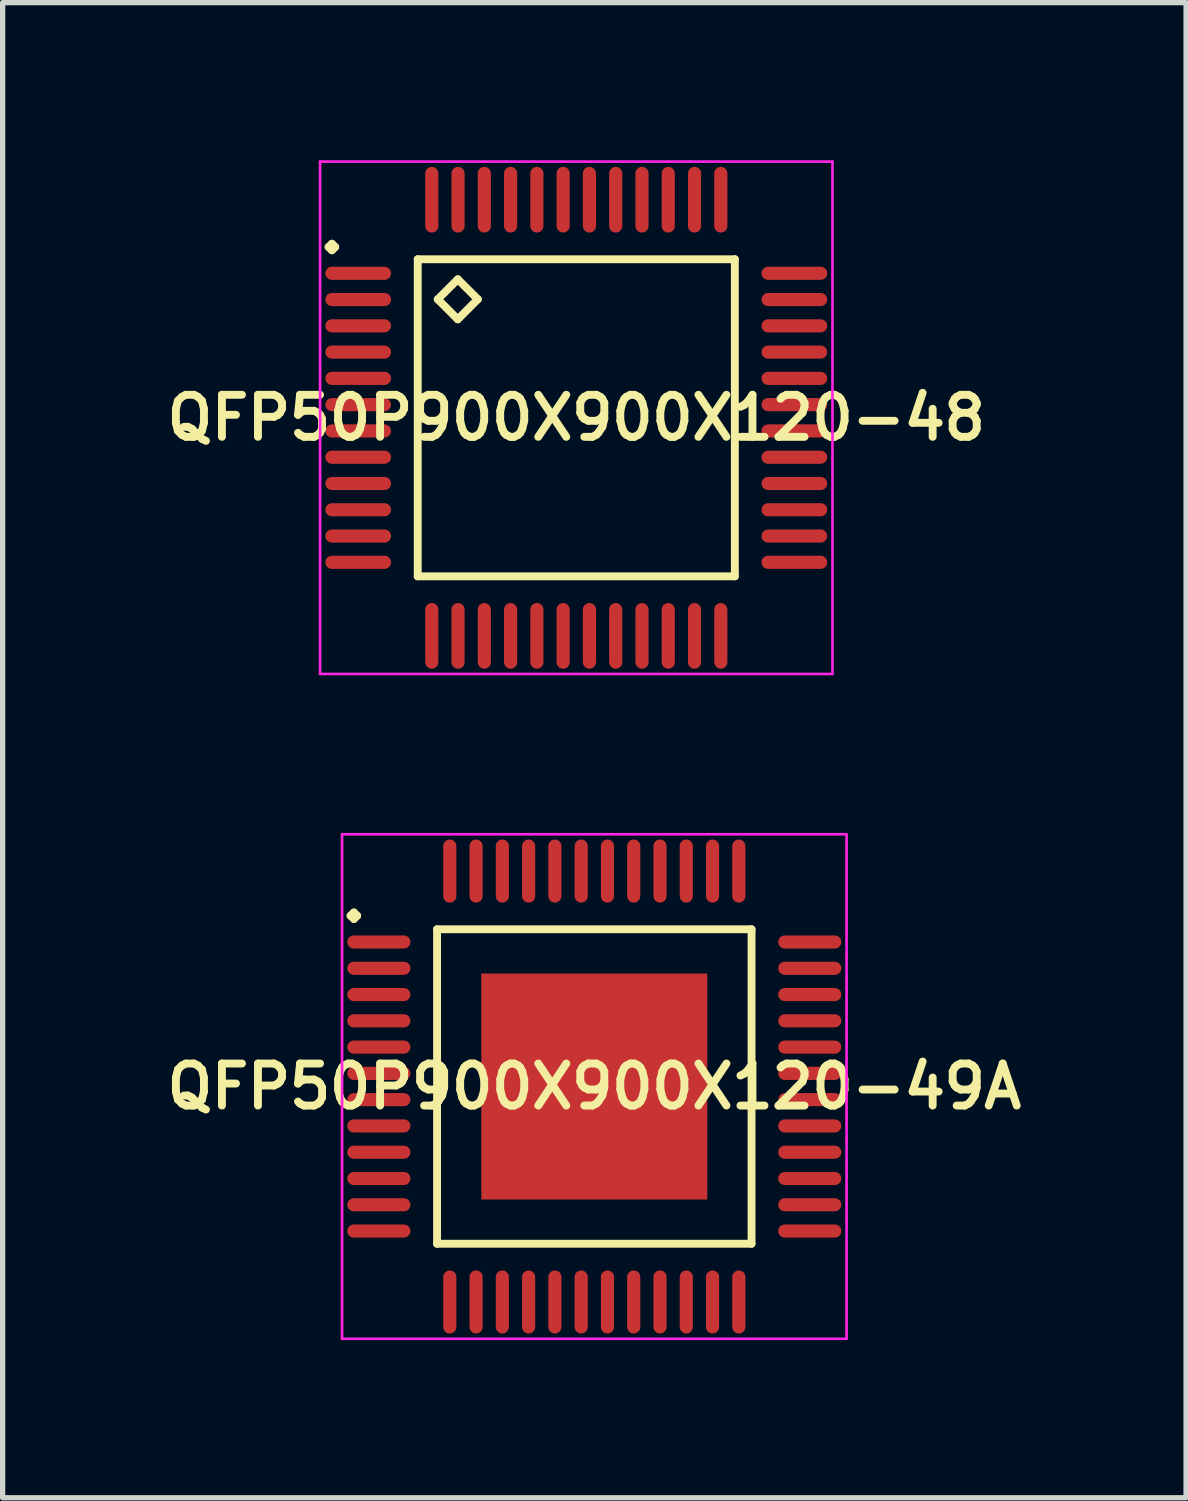
<source format=kicad_pcb>
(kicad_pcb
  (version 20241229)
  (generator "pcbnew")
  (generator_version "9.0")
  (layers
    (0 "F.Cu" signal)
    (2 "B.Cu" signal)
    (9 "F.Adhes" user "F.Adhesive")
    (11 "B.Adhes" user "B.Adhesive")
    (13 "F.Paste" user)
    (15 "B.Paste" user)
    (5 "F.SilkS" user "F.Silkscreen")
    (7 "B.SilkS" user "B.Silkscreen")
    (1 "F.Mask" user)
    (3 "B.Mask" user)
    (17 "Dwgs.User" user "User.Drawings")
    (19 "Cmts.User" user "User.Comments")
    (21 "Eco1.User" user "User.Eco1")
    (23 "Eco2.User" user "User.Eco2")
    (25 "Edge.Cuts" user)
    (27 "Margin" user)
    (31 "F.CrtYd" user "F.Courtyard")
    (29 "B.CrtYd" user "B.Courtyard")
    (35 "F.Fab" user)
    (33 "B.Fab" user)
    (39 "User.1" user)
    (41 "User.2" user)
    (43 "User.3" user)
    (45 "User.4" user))
  (footprint "QFP50P900X900X120-48"
    (layer "F.Cu")
    (at 7.916 4.9)
    (property "Reference" "QFP50P900X900X120-48" (at 0 0 0) (layer "F.SilkS") (effects (font (size 0.8 0.8) (thickness 0.15))))
    (attr smd)
    (fp_line (start -4.713 -3.25) (end -4.65 -3.312) (stroke (width 0.15) (type solid)) (layer "F.SilkS"))
    (fp_line (start -4.65 -3.312) (end -4.588 -3.25) (stroke (width 0.15) (type solid)) (layer "F.SilkS"))
    (fp_line (start -4.65 -3.188) (end -4.713 -3.25) (stroke (width 0.15) (type solid)) (layer "F.SilkS"))
    (fp_line (start -4.588 -3.25) (end -4.65 -3.188) (stroke (width 0.15) (type solid)) (layer "F.SilkS"))
    (fp_line (start -3.017 -3.017) (end -3.017 3.017) (stroke (width 0.15) (type solid)) (layer "F.SilkS"))
    (fp_line (start -3.017 3.017) (end 3.017 3.017) (stroke (width 0.15) (type solid)) (layer "F.SilkS"))
    (fp_line (start -2.636 -2.255) (end -2.255 -2.636) (stroke (width 0.15) (type solid)) (layer "F.SilkS"))
    (fp_line (start -2.255 -2.636) (end -1.874 -2.255) (stroke (width 0.15) (type solid)) (layer "F.SilkS"))
    (fp_line (start -2.255 -1.874) (end -2.636 -2.255) (stroke (width 0.15) (type solid)) (layer "F.SilkS"))
    (fp_line (start -1.874 -2.255) (end -2.255 -1.874) (stroke (width 0.15) (type solid)) (layer "F.SilkS"))
    (fp_line (start 3.017 -3.017) (end -3.017 -3.017) (stroke (width 0.15) (type solid)) (layer "F.SilkS"))
    (fp_line (start 3.017 3.017) (end 3.017 -3.017) (stroke (width 0.15) (type solid)) (layer "F.SilkS"))
    (fp_line (start -4.875 -4.875) (end 4.875 -4.875) (stroke (width 0.05) (type solid)) (layer "F.CrtYd"))
    (fp_line (start -4.875 4.875) (end -4.875 -4.875) (stroke (width 0.05) (type solid)) (layer "F.CrtYd"))
    (fp_line (start 4.875 -4.875) (end 4.875 4.875) (stroke (width 0.05) (type solid)) (layer "F.CrtYd"))
    (fp_line (start 4.875 4.875) (end -4.875 4.875) (stroke (width 0.05) (type solid)) (layer "F.CrtYd"))
    (pad "1" smd oval (at -4.15 -2.75) (size 1.25 0.25) (layers "F.Cu" "F.Mask" "F.Paste"))
    (pad "2" smd oval (at -4.15 -2.25) (size 1.25 0.25) (layers "F.Cu" "F.Mask" "F.Paste"))
    (pad "3" smd oval (at -4.15 -1.75) (size 1.25 0.25) (layers "F.Cu" "F.Mask" "F.Paste"))
    (pad "4" smd oval (at -4.15 -1.25) (size 1.25 0.25) (layers "F.Cu" "F.Mask" "F.Paste"))
    (pad "5" smd oval (at -4.15 -0.75) (size 1.25 0.25) (layers "F.Cu" "F.Mask" "F.Paste"))
    (pad "6" smd oval (at -4.15 -0.25) (size 1.25 0.25) (layers "F.Cu" "F.Mask" "F.Paste"))
    (pad "7" smd oval (at -4.15 0.25) (size 1.25 0.25) (layers "F.Cu" "F.Mask" "F.Paste"))
    (pad "8" smd oval (at -4.15 0.75) (size 1.25 0.25) (layers "F.Cu" "F.Mask" "F.Paste"))
    (pad "9" smd oval (at -4.15 1.25) (size 1.25 0.25) (layers "F.Cu" "F.Mask" "F.Paste"))
    (pad "10" smd oval (at -4.15 1.75) (size 1.25 0.25) (layers "F.Cu" "F.Mask" "F.Paste"))
    (pad "11" smd oval (at -4.15 2.25) (size 1.25 0.25) (layers "F.Cu" "F.Mask" "F.Paste"))
    (pad "12" smd oval (at -4.15 2.75) (size 1.25 0.25) (layers "F.Cu" "F.Mask" "F.Paste"))
    (pad "13" smd oval (at -2.75 4.15) (size 0.25 1.25) (layers "F.Cu" "F.Mask" "F.Paste"))
    (pad "14" smd oval (at -2.25 4.15) (size 0.25 1.25) (layers "F.Cu" "F.Mask" "F.Paste"))
    (pad "15" smd oval (at -1.75 4.15) (size 0.25 1.25) (layers "F.Cu" "F.Mask" "F.Paste"))
    (pad "16" smd oval (at -1.25 4.15) (size 0.25 1.25) (layers "F.Cu" "F.Mask" "F.Paste"))
    (pad "17" smd oval (at -0.75 4.15) (size 0.25 1.25) (layers "F.Cu" "F.Mask" "F.Paste"))
    (pad "18" smd oval (at -0.25 4.15) (size 0.25 1.25) (layers "F.Cu" "F.Mask" "F.Paste"))
    (pad "19" smd oval (at 0.25 4.15) (size 0.25 1.25) (layers "F.Cu" "F.Mask" "F.Paste"))
    (pad "20" smd oval (at 0.75 4.15) (size 0.25 1.25) (layers "F.Cu" "F.Mask" "F.Paste"))
    (pad "21" smd oval (at 1.25 4.15) (size 0.25 1.25) (layers "F.Cu" "F.Mask" "F.Paste"))
    (pad "22" smd oval (at 1.75 4.15) (size 0.25 1.25) (layers "F.Cu" "F.Mask" "F.Paste"))
    (pad "23" smd oval (at 2.25 4.15) (size 0.25 1.25) (layers "F.Cu" "F.Mask" "F.Paste"))
    (pad "24" smd oval (at 2.75 4.15) (size 0.25 1.25) (layers "F.Cu" "F.Mask" "F.Paste"))
    (pad "25" smd oval (at 4.15 2.75) (size 1.25 0.25) (layers "F.Cu" "F.Mask" "F.Paste"))
    (pad "26" smd oval (at 4.15 2.25) (size 1.25 0.25) (layers "F.Cu" "F.Mask" "F.Paste"))
    (pad "27" smd oval (at 4.15 1.75) (size 1.25 0.25) (layers "F.Cu" "F.Mask" "F.Paste"))
    (pad "28" smd oval (at 4.15 1.25) (size 1.25 0.25) (layers "F.Cu" "F.Mask" "F.Paste"))
    (pad "29" smd oval (at 4.15 0.75) (size 1.25 0.25) (layers "F.Cu" "F.Mask" "F.Paste"))
    (pad "30" smd oval (at 4.15 0.25) (size 1.25 0.25) (layers "F.Cu" "F.Mask" "F.Paste"))
    (pad "31" smd oval (at 4.15 -0.25) (size 1.25 0.25) (layers "F.Cu" "F.Mask" "F.Paste"))
    (pad "32" smd oval (at 4.15 -0.75) (size 1.25 0.25) (layers "F.Cu" "F.Mask" "F.Paste"))
    (pad "33" smd oval (at 4.15 -1.25) (size 1.25 0.25) (layers "F.Cu" "F.Mask" "F.Paste"))
    (pad "34" smd oval (at 4.15 -1.75) (size 1.25 0.25) (layers "F.Cu" "F.Mask" "F.Paste"))
    (pad "35" smd oval (at 4.15 -2.25) (size 1.25 0.25) (layers "F.Cu" "F.Mask" "F.Paste"))
    (pad "36" smd oval (at 4.15 -2.75) (size 1.25 0.25) (layers "F.Cu" "F.Mask" "F.Paste"))
    (pad "37" smd oval (at 2.75 -4.15) (size 0.25 1.25) (layers "F.Cu" "F.Mask" "F.Paste"))
    (pad "38" smd oval (at 2.25 -4.15) (size 0.25 1.25) (layers "F.Cu" "F.Mask" "F.Paste"))
    (pad "39" smd oval (at 1.75 -4.15) (size 0.25 1.25) (layers "F.Cu" "F.Mask" "F.Paste"))
    (pad "40" smd oval (at 1.25 -4.15) (size 0.25 1.25) (layers "F.Cu" "F.Mask" "F.Paste"))
    (pad "41" smd oval (at 0.75 -4.15) (size 0.25 1.25) (layers "F.Cu" "F.Mask" "F.Paste"))
    (pad "42" smd oval (at 0.25 -4.15) (size 0.25 1.25) (layers "F.Cu" "F.Mask" "F.Paste"))
    (pad "43" smd oval (at -0.25 -4.15) (size 0.25 1.25) (layers "F.Cu" "F.Mask" "F.Paste"))
    (pad "44" smd oval (at -0.75 -4.15) (size 0.25 1.25) (layers "F.Cu" "F.Mask" "F.Paste"))
    (pad "45" smd oval (at -1.25 -4.15) (size 0.25 1.25) (layers "F.Cu" "F.Mask" "F.Paste"))
    (pad "46" smd oval (at -1.75 -4.15) (size 0.25 1.25) (layers "F.Cu" "F.Mask" "F.Paste"))
    (pad "47" smd oval (at -2.25 -4.15) (size 0.25 1.25) (layers "F.Cu" "F.Mask" "F.Paste"))
    (pad "48" smd oval (at -2.75 -4.15) (size 0.25 1.25) (layers "F.Cu" "F.Mask" "F.Paste")))
  (footprint "QFP50P900X900X120-49A"
    (layer "F.Cu")
    (at 8.259 17.625)
    (property "Reference" "QFP50P900X900X120-49A" (at 0 0 0) (layer "F.SilkS") (effects (font (size 0.8 0.8) (thickness 0.15))))
    (attr smd)
    (fp_line (start -4.638 -3.25) (end -4.575 -3.312) (stroke (width 0.15) (type solid)) (layer "F.SilkS"))
    (fp_line (start -4.575 -3.312) (end -4.513 -3.25) (stroke (width 0.15) (type solid)) (layer "F.SilkS"))
    (fp_line (start -4.575 -3.188) (end -4.638 -3.25) (stroke (width 0.15) (type solid)) (layer "F.SilkS"))
    (fp_line (start -4.513 -3.25) (end -4.575 -3.188) (stroke (width 0.15) (type solid)) (layer "F.SilkS"))
    (fp_line (start -2.992 -2.992) (end -2.992 2.992) (stroke (width 0.15) (type solid)) (layer "F.SilkS"))
    (fp_line (start -2.992 2.992) (end 2.992 2.992) (stroke (width 0.15) (type solid)) (layer "F.SilkS"))
    (fp_line (start 2.992 -2.992) (end -2.992 -2.992) (stroke (width 0.15) (type solid)) (layer "F.SilkS"))
    (fp_line (start 2.992 2.992) (end 2.992 -2.992) (stroke (width 0.15) (type solid)) (layer "F.SilkS"))
    (fp_line (start -4.8 -4.8) (end 4.8 -4.8) (stroke (width 0.05) (type solid)) (layer "F.CrtYd"))
    (fp_line (start -4.8 4.8) (end -4.8 -4.8) (stroke (width 0.05) (type solid)) (layer "F.CrtYd"))
    (fp_line (start 4.8 -4.8) (end 4.8 4.8) (stroke (width 0.05) (type solid)) (layer "F.CrtYd"))
    (fp_line (start 4.8 4.8) (end -4.8 4.8) (stroke (width 0.05) (type solid)) (layer "F.CrtYd"))
    (pad "1" smd oval (at -4.1 -2.75) (size 1.2 0.25) (layers "F.Cu" "F.Mask" "F.Paste"))
    (pad "2" smd oval (at -4.1 -2.25) (size 1.2 0.25) (layers "F.Cu" "F.Mask" "F.Paste"))
    (pad "3" smd oval (at -4.1 -1.75) (size 1.2 0.25) (layers "F.Cu" "F.Mask" "F.Paste"))
    (pad "4" smd oval (at -4.1 -1.25) (size 1.2 0.25) (layers "F.Cu" "F.Mask" "F.Paste"))
    (pad "5" smd oval (at -4.1 -0.75) (size 1.2 0.25) (layers "F.Cu" "F.Mask" "F.Paste"))
    (pad "6" smd oval (at -4.1 -0.25) (size 1.2 0.25) (layers "F.Cu" "F.Mask" "F.Paste"))
    (pad "7" smd oval (at -4.1 0.25) (size 1.2 0.25) (layers "F.Cu" "F.Mask" "F.Paste"))
    (pad "8" smd oval (at -4.1 0.75) (size 1.2 0.25) (layers "F.Cu" "F.Mask" "F.Paste"))
    (pad "9" smd oval (at -4.1 1.25) (size 1.2 0.25) (layers "F.Cu" "F.Mask" "F.Paste"))
    (pad "10" smd oval (at -4.1 1.75) (size 1.2 0.25) (layers "F.Cu" "F.Mask" "F.Paste"))
    (pad "11" smd oval (at -4.1 2.25) (size 1.2 0.25) (layers "F.Cu" "F.Mask" "F.Paste"))
    (pad "12" smd oval (at -4.1 2.75) (size 1.2 0.25) (layers "F.Cu" "F.Mask" "F.Paste"))
    (pad "13" smd oval (at -2.75 4.1) (size 0.25 1.2) (layers "F.Cu" "F.Mask" "F.Paste"))
    (pad "14" smd oval (at -2.25 4.1) (size 0.25 1.2) (layers "F.Cu" "F.Mask" "F.Paste"))
    (pad "15" smd oval (at -1.75 4.1) (size 0.25 1.2) (layers "F.Cu" "F.Mask" "F.Paste"))
    (pad "16" smd oval (at -1.25 4.1) (size 0.25 1.2) (layers "F.Cu" "F.Mask" "F.Paste"))
    (pad "17" smd oval (at -0.75 4.1) (size 0.25 1.2) (layers "F.Cu" "F.Mask" "F.Paste"))
    (pad "18" smd oval (at -0.25 4.1) (size 0.25 1.2) (layers "F.Cu" "F.Mask" "F.Paste"))
    (pad "19" smd oval (at 0.25 4.1) (size 0.25 1.2) (layers "F.Cu" "F.Mask" "F.Paste"))
    (pad "20" smd oval (at 0.75 4.1) (size 0.25 1.2) (layers "F.Cu" "F.Mask" "F.Paste"))
    (pad "21" smd oval (at 1.25 4.1) (size 0.25 1.2) (layers "F.Cu" "F.Mask" "F.Paste"))
    (pad "22" smd oval (at 1.75 4.1) (size 0.25 1.2) (layers "F.Cu" "F.Mask" "F.Paste"))
    (pad "23" smd oval (at 2.25 4.1) (size 0.25 1.2) (layers "F.Cu" "F.Mask" "F.Paste"))
    (pad "24" smd oval (at 2.75 4.1) (size 0.25 1.2) (layers "F.Cu" "F.Mask" "F.Paste"))
    (pad "25" smd oval (at 4.1 2.75) (size 1.2 0.25) (layers "F.Cu" "F.Mask" "F.Paste"))
    (pad "26" smd oval (at 4.1 2.25) (size 1.2 0.25) (layers "F.Cu" "F.Mask" "F.Paste"))
    (pad "27" smd oval (at 4.1 1.75) (size 1.2 0.25) (layers "F.Cu" "F.Mask" "F.Paste"))
    (pad "28" smd oval (at 4.1 1.25) (size 1.2 0.25) (layers "F.Cu" "F.Mask" "F.Paste"))
    (pad "29" smd oval (at 4.1 0.75) (size 1.2 0.25) (layers "F.Cu" "F.Mask" "F.Paste"))
    (pad "30" smd oval (at 4.1 0.25) (size 1.2 0.25) (layers "F.Cu" "F.Mask" "F.Paste"))
    (pad "31" smd oval (at 4.1 -0.25) (size 1.2 0.25) (layers "F.Cu" "F.Mask" "F.Paste"))
    (pad "32" smd oval (at 4.1 -0.75) (size 1.2 0.25) (layers "F.Cu" "F.Mask" "F.Paste"))
    (pad "33" smd oval (at 4.1 -1.25) (size 1.2 0.25) (layers "F.Cu" "F.Mask" "F.Paste"))
    (pad "34" smd oval (at 4.1 -1.75) (size 1.2 0.25) (layers "F.Cu" "F.Mask" "F.Paste"))
    (pad "35" smd oval (at 4.1 -2.25) (size 1.2 0.25) (layers "F.Cu" "F.Mask" "F.Paste"))
    (pad "36" smd oval (at 4.1 -2.75) (size 1.2 0.25) (layers "F.Cu" "F.Mask" "F.Paste"))
    (pad "37" smd oval (at 2.75 -4.1) (size 0.25 1.2) (layers "F.Cu" "F.Mask" "F.Paste"))
    (pad "38" smd oval (at 2.25 -4.1) (size 0.25 1.2) (layers "F.Cu" "F.Mask" "F.Paste"))
    (pad "39" smd oval (at 1.75 -4.1) (size 0.25 1.2) (layers "F.Cu" "F.Mask" "F.Paste"))
    (pad "40" smd oval (at 1.25 -4.1) (size 0.25 1.2) (layers "F.Cu" "F.Mask" "F.Paste"))
    (pad "41" smd oval (at 0.75 -4.1) (size 0.25 1.2) (layers "F.Cu" "F.Mask" "F.Paste"))
    (pad "42" smd oval (at 0.25 -4.1) (size 0.25 1.2) (layers "F.Cu" "F.Mask" "F.Paste"))
    (pad "43" smd oval (at -0.25 -4.1) (size 0.25 1.2) (layers "F.Cu" "F.Mask" "F.Paste"))
    (pad "44" smd oval (at -0.75 -4.1) (size 0.25 1.2) (layers "F.Cu" "F.Mask" "F.Paste"))
    (pad "45" smd oval (at -1.25 -4.1) (size 0.25 1.2) (layers "F.Cu" "F.Mask" "F.Paste"))
    (pad "46" smd oval (at -1.75 -4.1) (size 0.25 1.2) (layers "F.Cu" "F.Mask" "F.Paste"))
    (pad "47" smd oval (at -2.25 -4.1) (size 0.25 1.2) (layers "F.Cu" "F.Mask" "F.Paste"))
    (pad "48" smd oval (at -2.75 -4.1) (size 0.25 1.2) (layers "F.Cu" "F.Mask" "F.Paste"))
    (pad "49" smd rect (at 0 0) (size 4.3 4.3) (layers "F.Cu" "F.Mask" "F.Paste")))
  (gr_rect
    (start -3 -3)
    (end 19.519 25.45)
    (stroke (width 0.1) (type default))
    (fill no)
    (layer "Edge.Cuts")))
</source>
